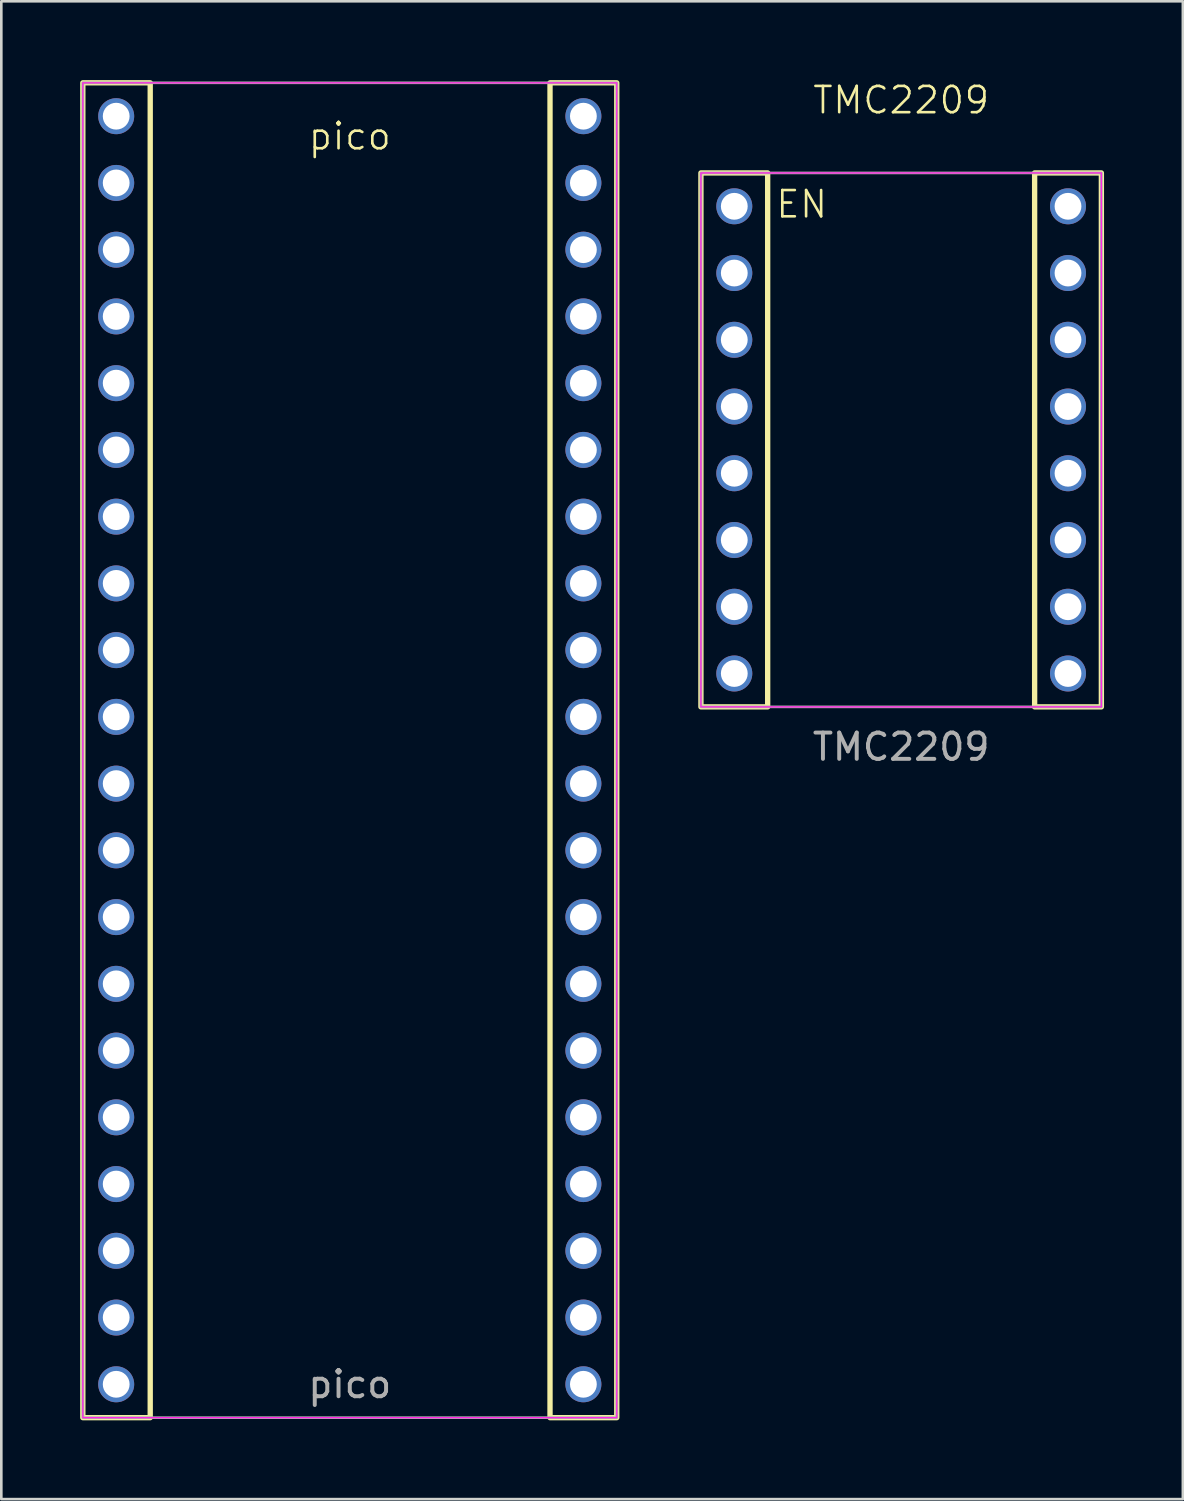
<source format=kicad_pcb>
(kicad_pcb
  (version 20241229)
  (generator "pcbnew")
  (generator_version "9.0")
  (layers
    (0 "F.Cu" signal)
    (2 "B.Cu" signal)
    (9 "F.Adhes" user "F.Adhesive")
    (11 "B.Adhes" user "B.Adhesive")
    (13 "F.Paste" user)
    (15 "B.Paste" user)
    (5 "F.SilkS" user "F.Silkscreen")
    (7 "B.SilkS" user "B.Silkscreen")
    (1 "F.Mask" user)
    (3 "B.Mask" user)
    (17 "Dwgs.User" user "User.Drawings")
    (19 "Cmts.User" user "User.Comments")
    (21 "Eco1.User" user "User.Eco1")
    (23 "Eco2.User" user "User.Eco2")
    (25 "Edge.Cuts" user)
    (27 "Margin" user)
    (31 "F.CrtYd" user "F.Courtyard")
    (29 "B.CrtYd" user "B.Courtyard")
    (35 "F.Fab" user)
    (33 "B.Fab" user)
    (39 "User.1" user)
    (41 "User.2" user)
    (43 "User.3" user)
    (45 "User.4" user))
  (footprint "TMC2209"
    (layer "F.Cu")
    (at 31.245 13.691)
    (property "Reference" "TMC2209" (at 0 -12.93 0) (unlocked yes) (layer "F.SilkS") (effects (font (size 1 1) (thickness 0.1))))
    (attr smd)
    (fp_rect (start -7.62 -10.16) (end -5.08 10.16) (stroke (width 0.203) (type solid)) (fill no) (layer "F.SilkS"))
    (fp_rect (start 5.08 -10.16) (end 7.62 10.16) (stroke (width 0.203) (type solid)) (fill no) (layer "F.SilkS"))
    (fp_rect (start -7.62 -10.16) (end 7.62 10.16) (stroke (width 0.05) (type default)) (fill no) (layer "F.CrtYd"))
    (fp_rect (start -7.62 -10.16) (end 7.62 10.16) (stroke (width 0.102) (type solid)) (fill no) (layer "F.Fab"))
    (fp_text user "EN" (at -4.826 -8.382 0) (unlocked yes) (layer "F.SilkS") (effects (font (size 1 1) (thickness 0.1)) (justify left bottom)))
    (fp_text user "${REFERENCE}" (at 0 11.684 0) (unlocked yes) (layer "F.Fab") (effects (font (size 1 1) (thickness 0.15))))
    (pad "1" thru_hole circle (at -6.35 -8.89 270) (size 1.37 1.37) (drill 1.02) (layers "*.Cu" "*.Mask"))
    (pad "2" thru_hole circle (at -6.35 -6.35 270) (size 1.37 1.37) (drill 1.02) (layers "*.Cu" "*.Mask"))
    (pad "3" thru_hole circle (at -6.35 -3.81 270) (size 1.37 1.37) (drill 1.02) (layers "*.Cu" "*.Mask"))
    (pad "4" thru_hole circle (at -6.35 -1.27 270) (size 1.37 1.37) (drill 1.02) (layers "*.Cu" "*.Mask"))
    (pad "5" thru_hole circle (at -6.35 1.27 270) (size 1.37 1.37) (drill 1.02) (layers "*.Cu" "*.Mask"))
    (pad "6" thru_hole circle (at -6.35 3.81 270) (size 1.37 1.37) (drill 1.02) (layers "*.Cu" "*.Mask"))
    (pad "7" thru_hole circle (at -6.35 6.35 270) (size 1.37 1.37) (drill 1.02) (layers "*.Cu" "*.Mask"))
    (pad "8" thru_hole circle (at -6.35 8.89 270) (size 1.37 1.37) (drill 1.02) (layers "*.Cu" "*.Mask"))
    (pad "9" thru_hole circle (at 6.35 8.89 90) (size 1.37 1.37) (drill 1.02) (layers "*.Cu" "*.Mask"))
    (pad "10" thru_hole circle (at 6.35 6.35 90) (size 1.37 1.37) (drill 1.02) (layers "*.Cu" "*.Mask"))
    (pad "11" thru_hole circle (at 6.35 3.81 90) (size 1.37 1.37) (drill 1.02) (layers "*.Cu" "*.Mask"))
    (pad "12" thru_hole circle (at 6.35 1.27 90) (size 1.37 1.37) (drill 1.02) (layers "*.Cu" "*.Mask"))
    (pad "13" thru_hole circle (at 6.35 -1.27 90) (size 1.37 1.37) (drill 1.02) (layers "*.Cu" "*.Mask"))
    (pad "14" thru_hole circle (at 6.35 -3.81 90) (size 1.37 1.37) (drill 1.02) (layers "*.Cu" "*.Mask"))
    (pad "15" thru_hole circle (at 6.35 -6.35 90) (size 1.37 1.37) (drill 1.02) (layers "*.Cu" "*.Mask"))
    (pad "16" thru_hole circle (at 6.35 -8.89 90) (size 1.37 1.37) (drill 1.02) (layers "*.Cu" "*.Mask")))
  (footprint "pico"
    (layer "F.Cu")
    (at 10.262 25.502)
    (property "Reference" "pico" (at 0 -23.368 0) (unlocked yes) (layer "F.SilkS") (effects (font (size 1 1) (thickness 0.1))))
    (attr smd)
    (fp_rect (start -10.16 -25.4) (end -7.595 25.4) (stroke (width 0.203) (type solid)) (fill no) (layer "F.SilkS"))
    (fp_rect (start 7.62 -25.4) (end 10.16 25.4) (stroke (width 0.203) (type solid)) (fill no) (layer "F.SilkS"))
    (fp_rect (start -10.16 -25.4) (end 10.16 25.4) (stroke (width 0.05) (type default)) (fill no) (layer "F.CrtYd"))
    (fp_rect (start -10.16 -25.4) (end 10.16 25.4) (stroke (width 0.102) (type solid)) (fill no) (layer "F.Fab"))
    (fp_text user "${REFERENCE}" (at 0 24.13 0) (unlocked yes) (layer "F.Fab") (effects (font (size 1 1) (thickness 0.15))))
    (pad "1" thru_hole circle (at -8.89 -24.13 270) (size 1.37 1.37) (drill 1.02) (layers "*.Cu" "*.Mask"))
    (pad "2" thru_hole circle (at -8.89 -21.59 270) (size 1.37 1.37) (drill 1.02) (layers "*.Cu" "*.Mask"))
    (pad "3" thru_hole circle (at -8.89 -19.05 270) (size 1.37 1.37) (drill 1.02) (layers "*.Cu" "*.Mask"))
    (pad "4" thru_hole circle (at -8.89 -16.51 270) (size 1.37 1.37) (drill 1.02) (layers "*.Cu" "*.Mask"))
    (pad "5" thru_hole circle (at -8.89 -13.97 270) (size 1.37 1.37) (drill 1.02) (layers "*.Cu" "*.Mask"))
    (pad "6" thru_hole circle (at -8.89 -11.43 270) (size 1.37 1.37) (drill 1.02) (layers "*.Cu" "*.Mask"))
    (pad "7" thru_hole circle (at -8.89 -8.89 270) (size 1.37 1.37) (drill 1.02) (layers "*.Cu" "*.Mask"))
    (pad "8" thru_hole circle (at -8.89 -6.35 270) (size 1.37 1.37) (drill 1.02) (layers "*.Cu" "*.Mask"))
    (pad "9" thru_hole circle (at -8.89 -3.81 270) (size 1.37 1.37) (drill 1.02) (layers "*.Cu" "*.Mask"))
    (pad "10" thru_hole circle (at -8.89 -1.27 270) (size 1.37 1.37) (drill 1.02) (layers "*.Cu" "*.Mask"))
    (pad "11" thru_hole circle (at -8.89 1.27 270) (size 1.37 1.37) (drill 1.02) (layers "*.Cu" "*.Mask"))
    (pad "12" thru_hole circle (at -8.89 3.81 270) (size 1.37 1.37) (drill 1.02) (layers "*.Cu" "*.Mask"))
    (pad "13" thru_hole circle (at -8.89 6.35 270) (size 1.37 1.37) (drill 1.02) (layers "*.Cu" "*.Mask"))
    (pad "14" thru_hole circle (at -8.89 8.89 270) (size 1.37 1.37) (drill 1.02) (layers "*.Cu" "*.Mask"))
    (pad "15" thru_hole circle (at -8.89 11.43 270) (size 1.37 1.37) (drill 1.02) (layers "*.Cu" "*.Mask"))
    (pad "16" thru_hole circle (at -8.89 13.97 270) (size 1.37 1.37) (drill 1.02) (layers "*.Cu" "*.Mask"))
    (pad "17" thru_hole circle (at -8.89 16.51 270) (size 1.37 1.37) (drill 1.02) (layers "*.Cu" "*.Mask"))
    (pad "18" thru_hole circle (at -8.89 19.05 270) (size 1.37 1.37) (drill 1.02) (layers "*.Cu" "*.Mask"))
    (pad "19" thru_hole circle (at -8.89 21.59 270) (size 1.37 1.37) (drill 1.02) (layers "*.Cu" "*.Mask"))
    (pad "20" thru_hole circle (at -8.89 24.13 270) (size 1.37 1.37) (drill 1.02) (layers "*.Cu" "*.Mask"))
    (pad "21" thru_hole circle (at 8.89 24.13 90) (size 1.37 1.37) (drill 1.02) (layers "*.Cu" "*.Mask"))
    (pad "22" thru_hole circle (at 8.89 21.59 90) (size 1.37 1.37) (drill 1.02) (layers "*.Cu" "*.Mask"))
    (pad "23" thru_hole circle (at 8.89 19.05 90) (size 1.37 1.37) (drill 1.02) (layers "*.Cu" "*.Mask"))
    (pad "24" thru_hole circle (at 8.89 16.51 90) (size 1.37 1.37) (drill 1.02) (layers "*.Cu" "*.Mask"))
    (pad "25" thru_hole circle (at 8.89 13.97 90) (size 1.37 1.37) (drill 1.02) (layers "*.Cu" "*.Mask"))
    (pad "26" thru_hole circle (at 8.89 11.43 90) (size 1.37 1.37) (drill 1.02) (layers "*.Cu" "*.Mask"))
    (pad "27" thru_hole circle (at 8.89 8.89 90) (size 1.37 1.37) (drill 1.02) (layers "*.Cu" "*.Mask"))
    (pad "28" thru_hole circle (at 8.89 6.35 90) (size 1.37 1.37) (drill 1.02) (layers "*.Cu" "*.Mask"))
    (pad "29" thru_hole circle (at 8.89 3.81 90) (size 1.37 1.37) (drill 1.02) (layers "*.Cu" "*.Mask"))
    (pad "30" thru_hole circle (at 8.89 1.27 90) (size 1.37 1.37) (drill 1.02) (layers "*.Cu" "*.Mask"))
    (pad "31" thru_hole circle (at 8.89 -1.27 90) (size 1.37 1.37) (drill 1.02) (layers "*.Cu" "*.Mask"))
    (pad "32" thru_hole circle (at 8.89 -3.81 90) (size 1.37 1.37) (drill 1.02) (layers "*.Cu" "*.Mask"))
    (pad "33" thru_hole circle (at 8.89 -6.35 90) (size 1.37 1.37) (drill 1.02) (layers "*.Cu" "*.Mask"))
    (pad "34" thru_hole circle (at 8.89 -8.89 90) (size 1.37 1.37) (drill 1.02) (layers "*.Cu" "*.Mask"))
    (pad "35" thru_hole circle (at 8.89 -11.43 90) (size 1.37 1.37) (drill 1.02) (layers "*.Cu" "*.Mask"))
    (pad "36" thru_hole circle (at 8.89 -13.97 90) (size 1.37 1.37) (drill 1.02) (layers "*.Cu" "*.Mask"))
    (pad "37" thru_hole circle (at 8.89 -16.51 90) (size 1.37 1.37) (drill 1.02) (layers "*.Cu" "*.Mask"))
    (pad "38" thru_hole circle (at 8.89 -19.05 90) (size 1.37 1.37) (drill 1.02) (layers "*.Cu" "*.Mask"))
    (pad "39" thru_hole circle (at 8.89 -21.59 90) (size 1.37 1.37) (drill 1.02) (layers "*.Cu" "*.Mask"))
    (pad "40" thru_hole circle (at 8.89 -24.13 90) (size 1.37 1.37) (drill 1.02) (layers "*.Cu" "*.Mask")))
  (gr_rect
    (start -3 -3)
    (end 41.966 54.003)
    (stroke (width 0.1) (type default))
    (fill no)
    (layer "Edge.Cuts")))
</source>
